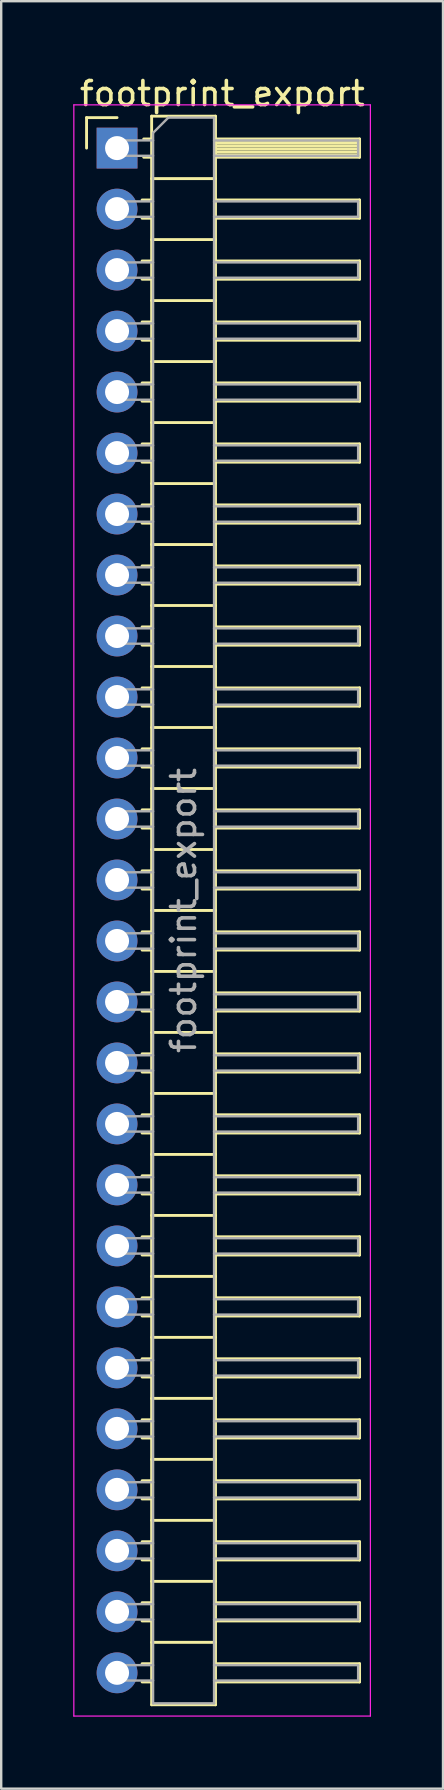
<source format=kicad_pcb>
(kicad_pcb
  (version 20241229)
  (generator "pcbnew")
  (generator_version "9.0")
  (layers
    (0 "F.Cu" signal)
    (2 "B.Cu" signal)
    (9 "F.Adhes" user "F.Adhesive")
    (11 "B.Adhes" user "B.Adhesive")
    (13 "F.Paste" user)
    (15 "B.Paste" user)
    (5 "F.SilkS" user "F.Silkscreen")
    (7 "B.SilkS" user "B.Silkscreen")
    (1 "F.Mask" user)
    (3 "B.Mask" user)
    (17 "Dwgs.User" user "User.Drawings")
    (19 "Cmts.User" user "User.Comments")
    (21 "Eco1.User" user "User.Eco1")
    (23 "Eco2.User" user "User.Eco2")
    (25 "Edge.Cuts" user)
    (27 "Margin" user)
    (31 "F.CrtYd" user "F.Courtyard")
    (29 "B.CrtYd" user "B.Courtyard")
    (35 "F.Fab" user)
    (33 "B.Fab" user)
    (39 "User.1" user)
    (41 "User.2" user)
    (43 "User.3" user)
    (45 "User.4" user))
  (footprint "footprint_export"
    (layer "F.Cu")
    (at 1.825 3.118)
    (property "Reference" "footprint_export" (at 4.385 -2.27 0) (layer "F.SilkS") (effects (font (size 1 1) (thickness 0.15))))
    (attr through_hole)
    (fp_line (start -1.27 -1.27) (end 0 -1.27) (stroke (width 0.12) (type solid)) (layer "F.SilkS"))
    (fp_line (start -1.27 0) (end -1.27 -1.27) (stroke (width 0.12) (type solid)) (layer "F.SilkS"))
    (fp_line (start 1.043 2.16) (end 1.44 2.16) (stroke (width 0.12) (type solid)) (layer "F.SilkS"))
    (fp_line (start 1.043 2.92) (end 1.44 2.92) (stroke (width 0.12) (type solid)) (layer "F.SilkS"))
    (fp_line (start 1.043 4.7) (end 1.44 4.7) (stroke (width 0.12) (type solid)) (layer "F.SilkS"))
    (fp_line (start 1.043 5.46) (end 1.44 5.46) (stroke (width 0.12) (type solid)) (layer "F.SilkS"))
    (fp_line (start 1.043 7.24) (end 1.44 7.24) (stroke (width 0.12) (type solid)) (layer "F.SilkS"))
    (fp_line (start 1.043 8) (end 1.44 8) (stroke (width 0.12) (type solid)) (layer "F.SilkS"))
    (fp_line (start 1.043 9.78) (end 1.44 9.78) (stroke (width 0.12) (type solid)) (layer "F.SilkS"))
    (fp_line (start 1.043 10.54) (end 1.44 10.54) (stroke (width 0.12) (type solid)) (layer "F.SilkS"))
    (fp_line (start 1.043 12.32) (end 1.44 12.32) (stroke (width 0.12) (type solid)) (layer "F.SilkS"))
    (fp_line (start 1.043 13.08) (end 1.44 13.08) (stroke (width 0.12) (type solid)) (layer "F.SilkS"))
    (fp_line (start 1.043 14.86) (end 1.44 14.86) (stroke (width 0.12) (type solid)) (layer "F.SilkS"))
    (fp_line (start 1.043 15.62) (end 1.44 15.62) (stroke (width 0.12) (type solid)) (layer "F.SilkS"))
    (fp_line (start 1.043 17.4) (end 1.44 17.4) (stroke (width 0.12) (type solid)) (layer "F.SilkS"))
    (fp_line (start 1.043 18.16) (end 1.44 18.16) (stroke (width 0.12) (type solid)) (layer "F.SilkS"))
    (fp_line (start 1.043 19.94) (end 1.44 19.94) (stroke (width 0.12) (type solid)) (layer "F.SilkS"))
    (fp_line (start 1.043 20.7) (end 1.44 20.7) (stroke (width 0.12) (type solid)) (layer "F.SilkS"))
    (fp_line (start 1.043 22.48) (end 1.44 22.48) (stroke (width 0.12) (type solid)) (layer "F.SilkS"))
    (fp_line (start 1.043 23.24) (end 1.44 23.24) (stroke (width 0.12) (type solid)) (layer "F.SilkS"))
    (fp_line (start 1.043 25.02) (end 1.44 25.02) (stroke (width 0.12) (type solid)) (layer "F.SilkS"))
    (fp_line (start 1.043 25.78) (end 1.44 25.78) (stroke (width 0.12) (type solid)) (layer "F.SilkS"))
    (fp_line (start 1.043 27.56) (end 1.44 27.56) (stroke (width 0.12) (type solid)) (layer "F.SilkS"))
    (fp_line (start 1.043 28.32) (end 1.44 28.32) (stroke (width 0.12) (type solid)) (layer "F.SilkS"))
    (fp_line (start 1.043 30.1) (end 1.44 30.1) (stroke (width 0.12) (type solid)) (layer "F.SilkS"))
    (fp_line (start 1.043 30.86) (end 1.44 30.86) (stroke (width 0.12) (type solid)) (layer "F.SilkS"))
    (fp_line (start 1.043 32.64) (end 1.44 32.64) (stroke (width 0.12) (type solid)) (layer "F.SilkS"))
    (fp_line (start 1.043 33.4) (end 1.44 33.4) (stroke (width 0.12) (type solid)) (layer "F.SilkS"))
    (fp_line (start 1.043 35.18) (end 1.44 35.18) (stroke (width 0.12) (type solid)) (layer "F.SilkS"))
    (fp_line (start 1.043 35.94) (end 1.44 35.94) (stroke (width 0.12) (type solid)) (layer "F.SilkS"))
    (fp_line (start 1.043 37.72) (end 1.44 37.72) (stroke (width 0.12) (type solid)) (layer "F.SilkS"))
    (fp_line (start 1.043 38.48) (end 1.44 38.48) (stroke (width 0.12) (type solid)) (layer "F.SilkS"))
    (fp_line (start 1.043 40.26) (end 1.44 40.26) (stroke (width 0.12) (type solid)) (layer "F.SilkS"))
    (fp_line (start 1.043 41.02) (end 1.44 41.02) (stroke (width 0.12) (type solid)) (layer "F.SilkS"))
    (fp_line (start 1.043 42.8) (end 1.44 42.8) (stroke (width 0.12) (type solid)) (layer "F.SilkS"))
    (fp_line (start 1.043 43.56) (end 1.44 43.56) (stroke (width 0.12) (type solid)) (layer "F.SilkS"))
    (fp_line (start 1.043 45.34) (end 1.44 45.34) (stroke (width 0.12) (type solid)) (layer "F.SilkS"))
    (fp_line (start 1.043 46.1) (end 1.44 46.1) (stroke (width 0.12) (type solid)) (layer "F.SilkS"))
    (fp_line (start 1.043 47.88) (end 1.44 47.88) (stroke (width 0.12) (type solid)) (layer "F.SilkS"))
    (fp_line (start 1.043 48.64) (end 1.44 48.64) (stroke (width 0.12) (type solid)) (layer "F.SilkS"))
    (fp_line (start 1.043 50.42) (end 1.44 50.42) (stroke (width 0.12) (type solid)) (layer "F.SilkS"))
    (fp_line (start 1.043 51.18) (end 1.44 51.18) (stroke (width 0.12) (type solid)) (layer "F.SilkS"))
    (fp_line (start 1.043 52.96) (end 1.44 52.96) (stroke (width 0.12) (type solid)) (layer "F.SilkS"))
    (fp_line (start 1.043 53.72) (end 1.44 53.72) (stroke (width 0.12) (type solid)) (layer "F.SilkS"))
    (fp_line (start 1.043 55.5) (end 1.44 55.5) (stroke (width 0.12) (type solid)) (layer "F.SilkS"))
    (fp_line (start 1.043 56.26) (end 1.44 56.26) (stroke (width 0.12) (type solid)) (layer "F.SilkS"))
    (fp_line (start 1.043 58.04) (end 1.44 58.04) (stroke (width 0.12) (type solid)) (layer "F.SilkS"))
    (fp_line (start 1.043 58.8) (end 1.44 58.8) (stroke (width 0.12) (type solid)) (layer "F.SilkS"))
    (fp_line (start 1.043 60.58) (end 1.44 60.58) (stroke (width 0.12) (type solid)) (layer "F.SilkS"))
    (fp_line (start 1.043 61.34) (end 1.44 61.34) (stroke (width 0.12) (type solid)) (layer "F.SilkS"))
    (fp_line (start 1.043 63.12) (end 1.44 63.12) (stroke (width 0.12) (type solid)) (layer "F.SilkS"))
    (fp_line (start 1.043 63.88) (end 1.44 63.88) (stroke (width 0.12) (type solid)) (layer "F.SilkS"))
    (fp_line (start 1.11 -0.38) (end 1.44 -0.38) (stroke (width 0.12) (type solid)) (layer "F.SilkS"))
    (fp_line (start 1.11 0.38) (end 1.44 0.38) (stroke (width 0.12) (type solid)) (layer "F.SilkS"))
    (fp_line (start 1.44 -1.33) (end 1.44 64.83) (stroke (width 0.12) (type solid)) (layer "F.SilkS"))
    (fp_line (start 1.44 1.27) (end 4.1 1.27) (stroke (width 0.12) (type solid)) (layer "F.SilkS"))
    (fp_line (start 1.44 3.81) (end 4.1 3.81) (stroke (width 0.12) (type solid)) (layer "F.SilkS"))
    (fp_line (start 1.44 6.35) (end 4.1 6.35) (stroke (width 0.12) (type solid)) (layer "F.SilkS"))
    (fp_line (start 1.44 8.89) (end 4.1 8.89) (stroke (width 0.12) (type solid)) (layer "F.SilkS"))
    (fp_line (start 1.44 11.43) (end 4.1 11.43) (stroke (width 0.12) (type solid)) (layer "F.SilkS"))
    (fp_line (start 1.44 13.97) (end 4.1 13.97) (stroke (width 0.12) (type solid)) (layer "F.SilkS"))
    (fp_line (start 1.44 16.51) (end 4.1 16.51) (stroke (width 0.12) (type solid)) (layer "F.SilkS"))
    (fp_line (start 1.44 19.05) (end 4.1 19.05) (stroke (width 0.12) (type solid)) (layer "F.SilkS"))
    (fp_line (start 1.44 21.59) (end 4.1 21.59) (stroke (width 0.12) (type solid)) (layer "F.SilkS"))
    (fp_line (start 1.44 24.13) (end 4.1 24.13) (stroke (width 0.12) (type solid)) (layer "F.SilkS"))
    (fp_line (start 1.44 26.67) (end 4.1 26.67) (stroke (width 0.12) (type solid)) (layer "F.SilkS"))
    (fp_line (start 1.44 29.21) (end 4.1 29.21) (stroke (width 0.12) (type solid)) (layer "F.SilkS"))
    (fp_line (start 1.44 31.75) (end 4.1 31.75) (stroke (width 0.12) (type solid)) (layer "F.SilkS"))
    (fp_line (start 1.44 34.29) (end 4.1 34.29) (stroke (width 0.12) (type solid)) (layer "F.SilkS"))
    (fp_line (start 1.44 36.83) (end 4.1 36.83) (stroke (width 0.12) (type solid)) (layer "F.SilkS"))
    (fp_line (start 1.44 39.37) (end 4.1 39.37) (stroke (width 0.12) (type solid)) (layer "F.SilkS"))
    (fp_line (start 1.44 41.91) (end 4.1 41.91) (stroke (width 0.12) (type solid)) (layer "F.SilkS"))
    (fp_line (start 1.44 44.45) (end 4.1 44.45) (stroke (width 0.12) (type solid)) (layer "F.SilkS"))
    (fp_line (start 1.44 46.99) (end 4.1 46.99) (stroke (width 0.12) (type solid)) (layer "F.SilkS"))
    (fp_line (start 1.44 49.53) (end 4.1 49.53) (stroke (width 0.12) (type solid)) (layer "F.SilkS"))
    (fp_line (start 1.44 52.07) (end 4.1 52.07) (stroke (width 0.12) (type solid)) (layer "F.SilkS"))
    (fp_line (start 1.44 54.61) (end 4.1 54.61) (stroke (width 0.12) (type solid)) (layer "F.SilkS"))
    (fp_line (start 1.44 57.15) (end 4.1 57.15) (stroke (width 0.12) (type solid)) (layer "F.SilkS"))
    (fp_line (start 1.44 59.69) (end 4.1 59.69) (stroke (width 0.12) (type solid)) (layer "F.SilkS"))
    (fp_line (start 1.44 62.23) (end 4.1 62.23) (stroke (width 0.12) (type solid)) (layer "F.SilkS"))
    (fp_line (start 1.44 64.83) (end 4.1 64.83) (stroke (width 0.12) (type solid)) (layer "F.SilkS"))
    (fp_line (start 4.1 -1.33) (end 1.44 -1.33) (stroke (width 0.12) (type solid)) (layer "F.SilkS"))
    (fp_line (start 4.1 -0.38) (end 10.1 -0.38) (stroke (width 0.12) (type solid)) (layer "F.SilkS"))
    (fp_line (start 4.1 -0.32) (end 10.1 -0.32) (stroke (width 0.12) (type solid)) (layer "F.SilkS"))
    (fp_line (start 4.1 -0.2) (end 10.1 -0.2) (stroke (width 0.12) (type solid)) (layer "F.SilkS"))
    (fp_line (start 4.1 -0.08) (end 10.1 -0.08) (stroke (width 0.12) (type solid)) (layer "F.SilkS"))
    (fp_line (start 4.1 0.04) (end 10.1 0.04) (stroke (width 0.12) (type solid)) (layer "F.SilkS"))
    (fp_line (start 4.1 0.16) (end 10.1 0.16) (stroke (width 0.12) (type solid)) (layer "F.SilkS"))
    (fp_line (start 4.1 0.28) (end 10.1 0.28) (stroke (width 0.12) (type solid)) (layer "F.SilkS"))
    (fp_line (start 4.1 2.16) (end 10.1 2.16) (stroke (width 0.12) (type solid)) (layer "F.SilkS"))
    (fp_line (start 4.1 4.7) (end 10.1 4.7) (stroke (width 0.12) (type solid)) (layer "F.SilkS"))
    (fp_line (start 4.1 7.24) (end 10.1 7.24) (stroke (width 0.12) (type solid)) (layer "F.SilkS"))
    (fp_line (start 4.1 9.78) (end 10.1 9.78) (stroke (width 0.12) (type solid)) (layer "F.SilkS"))
    (fp_line (start 4.1 12.32) (end 10.1 12.32) (stroke (width 0.12) (type solid)) (layer "F.SilkS"))
    (fp_line (start 4.1 14.86) (end 10.1 14.86) (stroke (width 0.12) (type solid)) (layer "F.SilkS"))
    (fp_line (start 4.1 17.4) (end 10.1 17.4) (stroke (width 0.12) (type solid)) (layer "F.SilkS"))
    (fp_line (start 4.1 19.94) (end 10.1 19.94) (stroke (width 0.12) (type solid)) (layer "F.SilkS"))
    (fp_line (start 4.1 22.48) (end 10.1 22.48) (stroke (width 0.12) (type solid)) (layer "F.SilkS"))
    (fp_line (start 4.1 25.02) (end 10.1 25.02) (stroke (width 0.12) (type solid)) (layer "F.SilkS"))
    (fp_line (start 4.1 27.56) (end 10.1 27.56) (stroke (width 0.12) (type solid)) (layer "F.SilkS"))
    (fp_line (start 4.1 30.1) (end 10.1 30.1) (stroke (width 0.12) (type solid)) (layer "F.SilkS"))
    (fp_line (start 4.1 32.64) (end 10.1 32.64) (stroke (width 0.12) (type solid)) (layer "F.SilkS"))
    (fp_line (start 4.1 35.18) (end 10.1 35.18) (stroke (width 0.12) (type solid)) (layer "F.SilkS"))
    (fp_line (start 4.1 37.72) (end 10.1 37.72) (stroke (width 0.12) (type solid)) (layer "F.SilkS"))
    (fp_line (start 4.1 40.26) (end 10.1 40.26) (stroke (width 0.12) (type solid)) (layer "F.SilkS"))
    (fp_line (start 4.1 42.8) (end 10.1 42.8) (stroke (width 0.12) (type solid)) (layer "F.SilkS"))
    (fp_line (start 4.1 45.34) (end 10.1 45.34) (stroke (width 0.12) (type solid)) (layer "F.SilkS"))
    (fp_line (start 4.1 47.88) (end 10.1 47.88) (stroke (width 0.12) (type solid)) (layer "F.SilkS"))
    (fp_line (start 4.1 50.42) (end 10.1 50.42) (stroke (width 0.12) (type solid)) (layer "F.SilkS"))
    (fp_line (start 4.1 52.96) (end 10.1 52.96) (stroke (width 0.12) (type solid)) (layer "F.SilkS"))
    (fp_line (start 4.1 55.5) (end 10.1 55.5) (stroke (width 0.12) (type solid)) (layer "F.SilkS"))
    (fp_line (start 4.1 58.04) (end 10.1 58.04) (stroke (width 0.12) (type solid)) (layer "F.SilkS"))
    (fp_line (start 4.1 60.58) (end 10.1 60.58) (stroke (width 0.12) (type solid)) (layer "F.SilkS"))
    (fp_line (start 4.1 63.12) (end 10.1 63.12) (stroke (width 0.12) (type solid)) (layer "F.SilkS"))
    (fp_line (start 4.1 64.83) (end 4.1 -1.33) (stroke (width 0.12) (type solid)) (layer "F.SilkS"))
    (fp_line (start 10.1 -0.38) (end 10.1 0.38) (stroke (width 0.12) (type solid)) (layer "F.SilkS"))
    (fp_line (start 10.1 0.38) (end 4.1 0.38) (stroke (width 0.12) (type solid)) (layer "F.SilkS"))
    (fp_line (start 10.1 2.16) (end 10.1 2.92) (stroke (width 0.12) (type solid)) (layer "F.SilkS"))
    (fp_line (start 10.1 2.92) (end 4.1 2.92) (stroke (width 0.12) (type solid)) (layer "F.SilkS"))
    (fp_line (start 10.1 4.7) (end 10.1 5.46) (stroke (width 0.12) (type solid)) (layer "F.SilkS"))
    (fp_line (start 10.1 5.46) (end 4.1 5.46) (stroke (width 0.12) (type solid)) (layer "F.SilkS"))
    (fp_line (start 10.1 7.24) (end 10.1 8) (stroke (width 0.12) (type solid)) (layer "F.SilkS"))
    (fp_line (start 10.1 8) (end 4.1 8) (stroke (width 0.12) (type solid)) (layer "F.SilkS"))
    (fp_line (start 10.1 9.78) (end 10.1 10.54) (stroke (width 0.12) (type solid)) (layer "F.SilkS"))
    (fp_line (start 10.1 10.54) (end 4.1 10.54) (stroke (width 0.12) (type solid)) (layer "F.SilkS"))
    (fp_line (start 10.1 12.32) (end 10.1 13.08) (stroke (width 0.12) (type solid)) (layer "F.SilkS"))
    (fp_line (start 10.1 13.08) (end 4.1 13.08) (stroke (width 0.12) (type solid)) (layer "F.SilkS"))
    (fp_line (start 10.1 14.86) (end 10.1 15.62) (stroke (width 0.12) (type solid)) (layer "F.SilkS"))
    (fp_line (start 10.1 15.62) (end 4.1 15.62) (stroke (width 0.12) (type solid)) (layer "F.SilkS"))
    (fp_line (start 10.1 17.4) (end 10.1 18.16) (stroke (width 0.12) (type solid)) (layer "F.SilkS"))
    (fp_line (start 10.1 18.16) (end 4.1 18.16) (stroke (width 0.12) (type solid)) (layer "F.SilkS"))
    (fp_line (start 10.1 19.94) (end 10.1 20.7) (stroke (width 0.12) (type solid)) (layer "F.SilkS"))
    (fp_line (start 10.1 20.7) (end 4.1 20.7) (stroke (width 0.12) (type solid)) (layer "F.SilkS"))
    (fp_line (start 10.1 22.48) (end 10.1 23.24) (stroke (width 0.12) (type solid)) (layer "F.SilkS"))
    (fp_line (start 10.1 23.24) (end 4.1 23.24) (stroke (width 0.12) (type solid)) (layer "F.SilkS"))
    (fp_line (start 10.1 25.02) (end 10.1 25.78) (stroke (width 0.12) (type solid)) (layer "F.SilkS"))
    (fp_line (start 10.1 25.78) (end 4.1 25.78) (stroke (width 0.12) (type solid)) (layer "F.SilkS"))
    (fp_line (start 10.1 27.56) (end 10.1 28.32) (stroke (width 0.12) (type solid)) (layer "F.SilkS"))
    (fp_line (start 10.1 28.32) (end 4.1 28.32) (stroke (width 0.12) (type solid)) (layer "F.SilkS"))
    (fp_line (start 10.1 30.1) (end 10.1 30.86) (stroke (width 0.12) (type solid)) (layer "F.SilkS"))
    (fp_line (start 10.1 30.86) (end 4.1 30.86) (stroke (width 0.12) (type solid)) (layer "F.SilkS"))
    (fp_line (start 10.1 32.64) (end 10.1 33.4) (stroke (width 0.12) (type solid)) (layer "F.SilkS"))
    (fp_line (start 10.1 33.4) (end 4.1 33.4) (stroke (width 0.12) (type solid)) (layer "F.SilkS"))
    (fp_line (start 10.1 35.18) (end 10.1 35.94) (stroke (width 0.12) (type solid)) (layer "F.SilkS"))
    (fp_line (start 10.1 35.94) (end 4.1 35.94) (stroke (width 0.12) (type solid)) (layer "F.SilkS"))
    (fp_line (start 10.1 37.72) (end 10.1 38.48) (stroke (width 0.12) (type solid)) (layer "F.SilkS"))
    (fp_line (start 10.1 38.48) (end 4.1 38.48) (stroke (width 0.12) (type solid)) (layer "F.SilkS"))
    (fp_line (start 10.1 40.26) (end 10.1 41.02) (stroke (width 0.12) (type solid)) (layer "F.SilkS"))
    (fp_line (start 10.1 41.02) (end 4.1 41.02) (stroke (width 0.12) (type solid)) (layer "F.SilkS"))
    (fp_line (start 10.1 42.8) (end 10.1 43.56) (stroke (width 0.12) (type solid)) (layer "F.SilkS"))
    (fp_line (start 10.1 43.56) (end 4.1 43.56) (stroke (width 0.12) (type solid)) (layer "F.SilkS"))
    (fp_line (start 10.1 45.34) (end 10.1 46.1) (stroke (width 0.12) (type solid)) (layer "F.SilkS"))
    (fp_line (start 10.1 46.1) (end 4.1 46.1) (stroke (width 0.12) (type solid)) (layer "F.SilkS"))
    (fp_line (start 10.1 47.88) (end 10.1 48.64) (stroke (width 0.12) (type solid)) (layer "F.SilkS"))
    (fp_line (start 10.1 48.64) (end 4.1 48.64) (stroke (width 0.12) (type solid)) (layer "F.SilkS"))
    (fp_line (start 10.1 50.42) (end 10.1 51.18) (stroke (width 0.12) (type solid)) (layer "F.SilkS"))
    (fp_line (start 10.1 51.18) (end 4.1 51.18) (stroke (width 0.12) (type solid)) (layer "F.SilkS"))
    (fp_line (start 10.1 52.96) (end 10.1 53.72) (stroke (width 0.12) (type solid)) (layer "F.SilkS"))
    (fp_line (start 10.1 53.72) (end 4.1 53.72) (stroke (width 0.12) (type solid)) (layer "F.SilkS"))
    (fp_line (start 10.1 55.5) (end 10.1 56.26) (stroke (width 0.12) (type solid)) (layer "F.SilkS"))
    (fp_line (start 10.1 56.26) (end 4.1 56.26) (stroke (width 0.12) (type solid)) (layer "F.SilkS"))
    (fp_line (start 10.1 58.04) (end 10.1 58.8) (stroke (width 0.12) (type solid)) (layer "F.SilkS"))
    (fp_line (start 10.1 58.8) (end 4.1 58.8) (stroke (width 0.12) (type solid)) (layer "F.SilkS"))
    (fp_line (start 10.1 60.58) (end 10.1 61.34) (stroke (width 0.12) (type solid)) (layer "F.SilkS"))
    (fp_line (start 10.1 61.34) (end 4.1 61.34) (stroke (width 0.12) (type solid)) (layer "F.SilkS"))
    (fp_line (start 10.1 63.12) (end 10.1 63.88) (stroke (width 0.12) (type solid)) (layer "F.SilkS"))
    (fp_line (start 10.1 63.88) (end 4.1 63.88) (stroke (width 0.12) (type solid)) (layer "F.SilkS"))
    (fp_line (start -1.8 -1.8) (end -1.8 65.3) (stroke (width 0.05) (type solid)) (layer "F.CrtYd"))
    (fp_line (start -1.8 65.3) (end 10.55 65.3) (stroke (width 0.05) (type solid)) (layer "F.CrtYd"))
    (fp_line (start 10.55 -1.8) (end -1.8 -1.8) (stroke (width 0.05) (type solid)) (layer "F.CrtYd"))
    (fp_line (start 10.55 65.3) (end 10.55 -1.8) (stroke (width 0.05) (type solid)) (layer "F.CrtYd"))
    (fp_line (start -0.32 -0.32) (end -0.32 0.32) (stroke (width 0.1) (type solid)) (layer "F.Fab"))
    (fp_line (start -0.32 -0.32) (end 1.5 -0.32) (stroke (width 0.1) (type solid)) (layer "F.Fab"))
    (fp_line (start -0.32 0.32) (end 1.5 0.32) (stroke (width 0.1) (type solid)) (layer "F.Fab"))
    (fp_line (start -0.32 2.22) (end -0.32 2.86) (stroke (width 0.1) (type solid)) (layer "F.Fab"))
    (fp_line (start -0.32 2.22) (end 1.5 2.22) (stroke (width 0.1) (type solid)) (layer "F.Fab"))
    (fp_line (start -0.32 2.86) (end 1.5 2.86) (stroke (width 0.1) (type solid)) (layer "F.Fab"))
    (fp_line (start -0.32 4.76) (end -0.32 5.4) (stroke (width 0.1) (type solid)) (layer "F.Fab"))
    (fp_line (start -0.32 4.76) (end 1.5 4.76) (stroke (width 0.1) (type solid)) (layer "F.Fab"))
    (fp_line (start -0.32 5.4) (end 1.5 5.4) (stroke (width 0.1) (type solid)) (layer "F.Fab"))
    (fp_line (start -0.32 7.3) (end -0.32 7.94) (stroke (width 0.1) (type solid)) (layer "F.Fab"))
    (fp_line (start -0.32 7.3) (end 1.5 7.3) (stroke (width 0.1) (type solid)) (layer "F.Fab"))
    (fp_line (start -0.32 7.94) (end 1.5 7.94) (stroke (width 0.1) (type solid)) (layer "F.Fab"))
    (fp_line (start -0.32 9.84) (end -0.32 10.48) (stroke (width 0.1) (type solid)) (layer "F.Fab"))
    (fp_line (start -0.32 9.84) (end 1.5 9.84) (stroke (width 0.1) (type solid)) (layer "F.Fab"))
    (fp_line (start -0.32 10.48) (end 1.5 10.48) (stroke (width 0.1) (type solid)) (layer "F.Fab"))
    (fp_line (start -0.32 12.38) (end -0.32 13.02) (stroke (width 0.1) (type solid)) (layer "F.Fab"))
    (fp_line (start -0.32 12.38) (end 1.5 12.38) (stroke (width 0.1) (type solid)) (layer "F.Fab"))
    (fp_line (start -0.32 13.02) (end 1.5 13.02) (stroke (width 0.1) (type solid)) (layer "F.Fab"))
    (fp_line (start -0.32 14.92) (end -0.32 15.56) (stroke (width 0.1) (type solid)) (layer "F.Fab"))
    (fp_line (start -0.32 14.92) (end 1.5 14.92) (stroke (width 0.1) (type solid)) (layer "F.Fab"))
    (fp_line (start -0.32 15.56) (end 1.5 15.56) (stroke (width 0.1) (type solid)) (layer "F.Fab"))
    (fp_line (start -0.32 17.46) (end -0.32 18.1) (stroke (width 0.1) (type solid)) (layer "F.Fab"))
    (fp_line (start -0.32 17.46) (end 1.5 17.46) (stroke (width 0.1) (type solid)) (layer "F.Fab"))
    (fp_line (start -0.32 18.1) (end 1.5 18.1) (stroke (width 0.1) (type solid)) (layer "F.Fab"))
    (fp_line (start -0.32 20) (end -0.32 20.64) (stroke (width 0.1) (type solid)) (layer "F.Fab"))
    (fp_line (start -0.32 20) (end 1.5 20) (stroke (width 0.1) (type solid)) (layer "F.Fab"))
    (fp_line (start -0.32 20.64) (end 1.5 20.64) (stroke (width 0.1) (type solid)) (layer "F.Fab"))
    (fp_line (start -0.32 22.54) (end -0.32 23.18) (stroke (width 0.1) (type solid)) (layer "F.Fab"))
    (fp_line (start -0.32 22.54) (end 1.5 22.54) (stroke (width 0.1) (type solid)) (layer "F.Fab"))
    (fp_line (start -0.32 23.18) (end 1.5 23.18) (stroke (width 0.1) (type solid)) (layer "F.Fab"))
    (fp_line (start -0.32 25.08) (end -0.32 25.72) (stroke (width 0.1) (type solid)) (layer "F.Fab"))
    (fp_line (start -0.32 25.08) (end 1.5 25.08) (stroke (width 0.1) (type solid)) (layer "F.Fab"))
    (fp_line (start -0.32 25.72) (end 1.5 25.72) (stroke (width 0.1) (type solid)) (layer "F.Fab"))
    (fp_line (start -0.32 27.62) (end -0.32 28.26) (stroke (width 0.1) (type solid)) (layer "F.Fab"))
    (fp_line (start -0.32 27.62) (end 1.5 27.62) (stroke (width 0.1) (type solid)) (layer "F.Fab"))
    (fp_line (start -0.32 28.26) (end 1.5 28.26) (stroke (width 0.1) (type solid)) (layer "F.Fab"))
    (fp_line (start -0.32 30.16) (end -0.32 30.8) (stroke (width 0.1) (type solid)) (layer "F.Fab"))
    (fp_line (start -0.32 30.16) (end 1.5 30.16) (stroke (width 0.1) (type solid)) (layer "F.Fab"))
    (fp_line (start -0.32 30.8) (end 1.5 30.8) (stroke (width 0.1) (type solid)) (layer "F.Fab"))
    (fp_line (start -0.32 32.7) (end -0.32 33.34) (stroke (width 0.1) (type solid)) (layer "F.Fab"))
    (fp_line (start -0.32 32.7) (end 1.5 32.7) (stroke (width 0.1) (type solid)) (layer "F.Fab"))
    (fp_line (start -0.32 33.34) (end 1.5 33.34) (stroke (width 0.1) (type solid)) (layer "F.Fab"))
    (fp_line (start -0.32 35.24) (end -0.32 35.88) (stroke (width 0.1) (type solid)) (layer "F.Fab"))
    (fp_line (start -0.32 35.24) (end 1.5 35.24) (stroke (width 0.1) (type solid)) (layer "F.Fab"))
    (fp_line (start -0.32 35.88) (end 1.5 35.88) (stroke (width 0.1) (type solid)) (layer "F.Fab"))
    (fp_line (start -0.32 37.78) (end -0.32 38.42) (stroke (width 0.1) (type solid)) (layer "F.Fab"))
    (fp_line (start -0.32 37.78) (end 1.5 37.78) (stroke (width 0.1) (type solid)) (layer "F.Fab"))
    (fp_line (start -0.32 38.42) (end 1.5 38.42) (stroke (width 0.1) (type solid)) (layer "F.Fab"))
    (fp_line (start -0.32 40.32) (end -0.32 40.96) (stroke (width 0.1) (type solid)) (layer "F.Fab"))
    (fp_line (start -0.32 40.32) (end 1.5 40.32) (stroke (width 0.1) (type solid)) (layer "F.Fab"))
    (fp_line (start -0.32 40.96) (end 1.5 40.96) (stroke (width 0.1) (type solid)) (layer "F.Fab"))
    (fp_line (start -0.32 42.86) (end -0.32 43.5) (stroke (width 0.1) (type solid)) (layer "F.Fab"))
    (fp_line (start -0.32 42.86) (end 1.5 42.86) (stroke (width 0.1) (type solid)) (layer "F.Fab"))
    (fp_line (start -0.32 43.5) (end 1.5 43.5) (stroke (width 0.1) (type solid)) (layer "F.Fab"))
    (fp_line (start -0.32 45.4) (end -0.32 46.04) (stroke (width 0.1) (type solid)) (layer "F.Fab"))
    (fp_line (start -0.32 45.4) (end 1.5 45.4) (stroke (width 0.1) (type solid)) (layer "F.Fab"))
    (fp_line (start -0.32 46.04) (end 1.5 46.04) (stroke (width 0.1) (type solid)) (layer "F.Fab"))
    (fp_line (start -0.32 47.94) (end -0.32 48.58) (stroke (width 0.1) (type solid)) (layer "F.Fab"))
    (fp_line (start -0.32 47.94) (end 1.5 47.94) (stroke (width 0.1) (type solid)) (layer "F.Fab"))
    (fp_line (start -0.32 48.58) (end 1.5 48.58) (stroke (width 0.1) (type solid)) (layer "F.Fab"))
    (fp_line (start -0.32 50.48) (end -0.32 51.12) (stroke (width 0.1) (type solid)) (layer "F.Fab"))
    (fp_line (start -0.32 50.48) (end 1.5 50.48) (stroke (width 0.1) (type solid)) (layer "F.Fab"))
    (fp_line (start -0.32 51.12) (end 1.5 51.12) (stroke (width 0.1) (type solid)) (layer "F.Fab"))
    (fp_line (start -0.32 53.02) (end -0.32 53.66) (stroke (width 0.1) (type solid)) (layer "F.Fab"))
    (fp_line (start -0.32 53.02) (end 1.5 53.02) (stroke (width 0.1) (type solid)) (layer "F.Fab"))
    (fp_line (start -0.32 53.66) (end 1.5 53.66) (stroke (width 0.1) (type solid)) (layer "F.Fab"))
    (fp_line (start -0.32 55.56) (end -0.32 56.2) (stroke (width 0.1) (type solid)) (layer "F.Fab"))
    (fp_line (start -0.32 55.56) (end 1.5 55.56) (stroke (width 0.1) (type solid)) (layer "F.Fab"))
    (fp_line (start -0.32 56.2) (end 1.5 56.2) (stroke (width 0.1) (type solid)) (layer "F.Fab"))
    (fp_line (start -0.32 58.1) (end -0.32 58.74) (stroke (width 0.1) (type solid)) (layer "F.Fab"))
    (fp_line (start -0.32 58.1) (end 1.5 58.1) (stroke (width 0.1) (type solid)) (layer "F.Fab"))
    (fp_line (start -0.32 58.74) (end 1.5 58.74) (stroke (width 0.1) (type solid)) (layer "F.Fab"))
    (fp_line (start -0.32 60.64) (end -0.32 61.28) (stroke (width 0.1) (type solid)) (layer "F.Fab"))
    (fp_line (start -0.32 60.64) (end 1.5 60.64) (stroke (width 0.1) (type solid)) (layer "F.Fab"))
    (fp_line (start -0.32 61.28) (end 1.5 61.28) (stroke (width 0.1) (type solid)) (layer "F.Fab"))
    (fp_line (start -0.32 63.18) (end -0.32 63.82) (stroke (width 0.1) (type solid)) (layer "F.Fab"))
    (fp_line (start -0.32 63.18) (end 1.5 63.18) (stroke (width 0.1) (type solid)) (layer "F.Fab"))
    (fp_line (start -0.32 63.82) (end 1.5 63.82) (stroke (width 0.1) (type solid)) (layer "F.Fab"))
    (fp_line (start 1.5 -0.635) (end 2.135 -1.27) (stroke (width 0.1) (type solid)) (layer "F.Fab"))
    (fp_line (start 1.5 64.77) (end 1.5 -0.635) (stroke (width 0.1) (type solid)) (layer "F.Fab"))
    (fp_line (start 2.135 -1.27) (end 4.04 -1.27) (stroke (width 0.1) (type solid)) (layer "F.Fab"))
    (fp_line (start 4.04 -1.27) (end 4.04 64.77) (stroke (width 0.1) (type solid)) (layer "F.Fab"))
    (fp_line (start 4.04 -0.32) (end 10.04 -0.32) (stroke (width 0.1) (type solid)) (layer "F.Fab"))
    (fp_line (start 4.04 0.32) (end 10.04 0.32) (stroke (width 0.1) (type solid)) (layer "F.Fab"))
    (fp_line (start 4.04 2.22) (end 10.04 2.22) (stroke (width 0.1) (type solid)) (layer "F.Fab"))
    (fp_line (start 4.04 2.86) (end 10.04 2.86) (stroke (width 0.1) (type solid)) (layer "F.Fab"))
    (fp_line (start 4.04 4.76) (end 10.04 4.76) (stroke (width 0.1) (type solid)) (layer "F.Fab"))
    (fp_line (start 4.04 5.4) (end 10.04 5.4) (stroke (width 0.1) (type solid)) (layer "F.Fab"))
    (fp_line (start 4.04 7.3) (end 10.04 7.3) (stroke (width 0.1) (type solid)) (layer "F.Fab"))
    (fp_line (start 4.04 7.94) (end 10.04 7.94) (stroke (width 0.1) (type solid)) (layer "F.Fab"))
    (fp_line (start 4.04 9.84) (end 10.04 9.84) (stroke (width 0.1) (type solid)) (layer "F.Fab"))
    (fp_line (start 4.04 10.48) (end 10.04 10.48) (stroke (width 0.1) (type solid)) (layer "F.Fab"))
    (fp_line (start 4.04 12.38) (end 10.04 12.38) (stroke (width 0.1) (type solid)) (layer "F.Fab"))
    (fp_line (start 4.04 13.02) (end 10.04 13.02) (stroke (width 0.1) (type solid)) (layer "F.Fab"))
    (fp_line (start 4.04 14.92) (end 10.04 14.92) (stroke (width 0.1) (type solid)) (layer "F.Fab"))
    (fp_line (start 4.04 15.56) (end 10.04 15.56) (stroke (width 0.1) (type solid)) (layer "F.Fab"))
    (fp_line (start 4.04 17.46) (end 10.04 17.46) (stroke (width 0.1) (type solid)) (layer "F.Fab"))
    (fp_line (start 4.04 18.1) (end 10.04 18.1) (stroke (width 0.1) (type solid)) (layer "F.Fab"))
    (fp_line (start 4.04 20) (end 10.04 20) (stroke (width 0.1) (type solid)) (layer "F.Fab"))
    (fp_line (start 4.04 20.64) (end 10.04 20.64) (stroke (width 0.1) (type solid)) (layer "F.Fab"))
    (fp_line (start 4.04 22.54) (end 10.04 22.54) (stroke (width 0.1) (type solid)) (layer "F.Fab"))
    (fp_line (start 4.04 23.18) (end 10.04 23.18) (stroke (width 0.1) (type solid)) (layer "F.Fab"))
    (fp_line (start 4.04 25.08) (end 10.04 25.08) (stroke (width 0.1) (type solid)) (layer "F.Fab"))
    (fp_line (start 4.04 25.72) (end 10.04 25.72) (stroke (width 0.1) (type solid)) (layer "F.Fab"))
    (fp_line (start 4.04 27.62) (end 10.04 27.62) (stroke (width 0.1) (type solid)) (layer "F.Fab"))
    (fp_line (start 4.04 28.26) (end 10.04 28.26) (stroke (width 0.1) (type solid)) (layer "F.Fab"))
    (fp_line (start 4.04 30.16) (end 10.04 30.16) (stroke (width 0.1) (type solid)) (layer "F.Fab"))
    (fp_line (start 4.04 30.8) (end 10.04 30.8) (stroke (width 0.1) (type solid)) (layer "F.Fab"))
    (fp_line (start 4.04 32.7) (end 10.04 32.7) (stroke (width 0.1) (type solid)) (layer "F.Fab"))
    (fp_line (start 4.04 33.34) (end 10.04 33.34) (stroke (width 0.1) (type solid)) (layer "F.Fab"))
    (fp_line (start 4.04 35.24) (end 10.04 35.24) (stroke (width 0.1) (type solid)) (layer "F.Fab"))
    (fp_line (start 4.04 35.88) (end 10.04 35.88) (stroke (width 0.1) (type solid)) (layer "F.Fab"))
    (fp_line (start 4.04 37.78) (end 10.04 37.78) (stroke (width 0.1) (type solid)) (layer "F.Fab"))
    (fp_line (start 4.04 38.42) (end 10.04 38.42) (stroke (width 0.1) (type solid)) (layer "F.Fab"))
    (fp_line (start 4.04 40.32) (end 10.04 40.32) (stroke (width 0.1) (type solid)) (layer "F.Fab"))
    (fp_line (start 4.04 40.96) (end 10.04 40.96) (stroke (width 0.1) (type solid)) (layer "F.Fab"))
    (fp_line (start 4.04 42.86) (end 10.04 42.86) (stroke (width 0.1) (type solid)) (layer "F.Fab"))
    (fp_line (start 4.04 43.5) (end 10.04 43.5) (stroke (width 0.1) (type solid)) (layer "F.Fab"))
    (fp_line (start 4.04 45.4) (end 10.04 45.4) (stroke (width 0.1) (type solid)) (layer "F.Fab"))
    (fp_line (start 4.04 46.04) (end 10.04 46.04) (stroke (width 0.1) (type solid)) (layer "F.Fab"))
    (fp_line (start 4.04 47.94) (end 10.04 47.94) (stroke (width 0.1) (type solid)) (layer "F.Fab"))
    (fp_line (start 4.04 48.58) (end 10.04 48.58) (stroke (width 0.1) (type solid)) (layer "F.Fab"))
    (fp_line (start 4.04 50.48) (end 10.04 50.48) (stroke (width 0.1) (type solid)) (layer "F.Fab"))
    (fp_line (start 4.04 51.12) (end 10.04 51.12) (stroke (width 0.1) (type solid)) (layer "F.Fab"))
    (fp_line (start 4.04 53.02) (end 10.04 53.02) (stroke (width 0.1) (type solid)) (layer "F.Fab"))
    (fp_line (start 4.04 53.66) (end 10.04 53.66) (stroke (width 0.1) (type solid)) (layer "F.Fab"))
    (fp_line (start 4.04 55.56) (end 10.04 55.56) (stroke (width 0.1) (type solid)) (layer "F.Fab"))
    (fp_line (start 4.04 56.2) (end 10.04 56.2) (stroke (width 0.1) (type solid)) (layer "F.Fab"))
    (fp_line (start 4.04 58.1) (end 10.04 58.1) (stroke (width 0.1) (type solid)) (layer "F.Fab"))
    (fp_line (start 4.04 58.74) (end 10.04 58.74) (stroke (width 0.1) (type solid)) (layer "F.Fab"))
    (fp_line (start 4.04 60.64) (end 10.04 60.64) (stroke (width 0.1) (type solid)) (layer "F.Fab"))
    (fp_line (start 4.04 61.28) (end 10.04 61.28) (stroke (width 0.1) (type solid)) (layer "F.Fab"))
    (fp_line (start 4.04 63.18) (end 10.04 63.18) (stroke (width 0.1) (type solid)) (layer "F.Fab"))
    (fp_line (start 4.04 63.82) (end 10.04 63.82) (stroke (width 0.1) (type solid)) (layer "F.Fab"))
    (fp_line (start 4.04 64.77) (end 1.5 64.77) (stroke (width 0.1) (type solid)) (layer "F.Fab"))
    (fp_line (start 10.04 -0.32) (end 10.04 0.32) (stroke (width 0.1) (type solid)) (layer "F.Fab"))
    (fp_line (start 10.04 2.22) (end 10.04 2.86) (stroke (width 0.1) (type solid)) (layer "F.Fab"))
    (fp_line (start 10.04 4.76) (end 10.04 5.4) (stroke (width 0.1) (type solid)) (layer "F.Fab"))
    (fp_line (start 10.04 7.3) (end 10.04 7.94) (stroke (width 0.1) (type solid)) (layer "F.Fab"))
    (fp_line (start 10.04 9.84) (end 10.04 10.48) (stroke (width 0.1) (type solid)) (layer "F.Fab"))
    (fp_line (start 10.04 12.38) (end 10.04 13.02) (stroke (width 0.1) (type solid)) (layer "F.Fab"))
    (fp_line (start 10.04 14.92) (end 10.04 15.56) (stroke (width 0.1) (type solid)) (layer "F.Fab"))
    (fp_line (start 10.04 17.46) (end 10.04 18.1) (stroke (width 0.1) (type solid)) (layer "F.Fab"))
    (fp_line (start 10.04 20) (end 10.04 20.64) (stroke (width 0.1) (type solid)) (layer "F.Fab"))
    (fp_line (start 10.04 22.54) (end 10.04 23.18) (stroke (width 0.1) (type solid)) (layer "F.Fab"))
    (fp_line (start 10.04 25.08) (end 10.04 25.72) (stroke (width 0.1) (type solid)) (layer "F.Fab"))
    (fp_line (start 10.04 27.62) (end 10.04 28.26) (stroke (width 0.1) (type solid)) (layer "F.Fab"))
    (fp_line (start 10.04 30.16) (end 10.04 30.8) (stroke (width 0.1) (type solid)) (layer "F.Fab"))
    (fp_line (start 10.04 32.7) (end 10.04 33.34) (stroke (width 0.1) (type solid)) (layer "F.Fab"))
    (fp_line (start 10.04 35.24) (end 10.04 35.88) (stroke (width 0.1) (type solid)) (layer "F.Fab"))
    (fp_line (start 10.04 37.78) (end 10.04 38.42) (stroke (width 0.1) (type solid)) (layer "F.Fab"))
    (fp_line (start 10.04 40.32) (end 10.04 40.96) (stroke (width 0.1) (type solid)) (layer "F.Fab"))
    (fp_line (start 10.04 42.86) (end 10.04 43.5) (stroke (width 0.1) (type solid)) (layer "F.Fab"))
    (fp_line (start 10.04 45.4) (end 10.04 46.04) (stroke (width 0.1) (type solid)) (layer "F.Fab"))
    (fp_line (start 10.04 47.94) (end 10.04 48.58) (stroke (width 0.1) (type solid)) (layer "F.Fab"))
    (fp_line (start 10.04 50.48) (end 10.04 51.12) (stroke (width 0.1) (type solid)) (layer "F.Fab"))
    (fp_line (start 10.04 53.02) (end 10.04 53.66) (stroke (width 0.1) (type solid)) (layer "F.Fab"))
    (fp_line (start 10.04 55.56) (end 10.04 56.2) (stroke (width 0.1) (type solid)) (layer "F.Fab"))
    (fp_line (start 10.04 58.1) (end 10.04 58.74) (stroke (width 0.1) (type solid)) (layer "F.Fab"))
    (fp_line (start 10.04 60.64) (end 10.04 61.28) (stroke (width 0.1) (type solid)) (layer "F.Fab"))
    (fp_line (start 10.04 63.18) (end 10.04 63.82) (stroke (width 0.1) (type solid)) (layer "F.Fab"))
    (fp_text user "${REFERENCE}" (at 2.77 31.75 90) (layer "F.Fab") (effects (font (size 1 1) (thickness 0.15))))
    (pad "1" thru_hole rect (at 0 0) (size 1.7 1.7) (drill 1) (layers "*.Cu" "*.Mask"))
    (pad "2" thru_hole oval (at 0 2.54) (size 1.7 1.7) (drill 1) (layers "*.Cu" "*.Mask"))
    (pad "3" thru_hole oval (at 0 5.08) (size 1.7 1.7) (drill 1) (layers "*.Cu" "*.Mask"))
    (pad "4" thru_hole oval (at 0 7.62) (size 1.7 1.7) (drill 1) (layers "*.Cu" "*.Mask"))
    (pad "5" thru_hole oval (at 0 10.16) (size 1.7 1.7) (drill 1) (layers "*.Cu" "*.Mask"))
    (pad "6" thru_hole oval (at 0 12.7) (size 1.7 1.7) (drill 1) (layers "*.Cu" "*.Mask"))
    (pad "7" thru_hole oval (at 0 15.24) (size 1.7 1.7) (drill 1) (layers "*.Cu" "*.Mask"))
    (pad "8" thru_hole oval (at 0 17.78) (size 1.7 1.7) (drill 1) (layers "*.Cu" "*.Mask"))
    (pad "9" thru_hole oval (at 0 20.32) (size 1.7 1.7) (drill 1) (layers "*.Cu" "*.Mask"))
    (pad "10" thru_hole oval (at 0 22.86) (size 1.7 1.7) (drill 1) (layers "*.Cu" "*.Mask"))
    (pad "11" thru_hole oval (at 0 25.4) (size 1.7 1.7) (drill 1) (layers "*.Cu" "*.Mask"))
    (pad "12" thru_hole oval (at 0 27.94) (size 1.7 1.7) (drill 1) (layers "*.Cu" "*.Mask"))
    (pad "13" thru_hole oval (at 0 30.48) (size 1.7 1.7) (drill 1) (layers "*.Cu" "*.Mask"))
    (pad "14" thru_hole oval (at 0 33.02) (size 1.7 1.7) (drill 1) (layers "*.Cu" "*.Mask"))
    (pad "15" thru_hole oval (at 0 35.56) (size 1.7 1.7) (drill 1) (layers "*.Cu" "*.Mask"))
    (pad "16" thru_hole oval (at 0 38.1) (size 1.7 1.7) (drill 1) (layers "*.Cu" "*.Mask"))
    (pad "17" thru_hole oval (at 0 40.64) (size 1.7 1.7) (drill 1) (layers "*.Cu" "*.Mask"))
    (pad "18" thru_hole oval (at 0 43.18) (size 1.7 1.7) (drill 1) (layers "*.Cu" "*.Mask"))
    (pad "19" thru_hole oval (at 0 45.72) (size 1.7 1.7) (drill 1) (layers "*.Cu" "*.Mask"))
    (pad "20" thru_hole oval (at 0 48.26) (size 1.7 1.7) (drill 1) (layers "*.Cu" "*.Mask"))
    (pad "21" thru_hole oval (at 0 50.8) (size 1.7 1.7) (drill 1) (layers "*.Cu" "*.Mask"))
    (pad "22" thru_hole oval (at 0 53.34) (size 1.7 1.7) (drill 1) (layers "*.Cu" "*.Mask"))
    (pad "23" thru_hole oval (at 0 55.88) (size 1.7 1.7) (drill 1) (layers "*.Cu" "*.Mask"))
    (pad "24" thru_hole oval (at 0 58.42) (size 1.7 1.7) (drill 1) (layers "*.Cu" "*.Mask"))
    (pad "25" thru_hole oval (at 0 60.96) (size 1.7 1.7) (drill 1) (layers "*.Cu" "*.Mask"))
    (pad "26" thru_hole oval (at 0 63.5) (size 1.7 1.7) (drill 1) (layers "*.Cu" "*.Mask")))
  (gr_rect
    (start -3 -3)
    (end 15.4 71.443)
    (stroke (width 0.1) (type default))
    (fill no)
    (layer "Edge.Cuts")))
</source>
